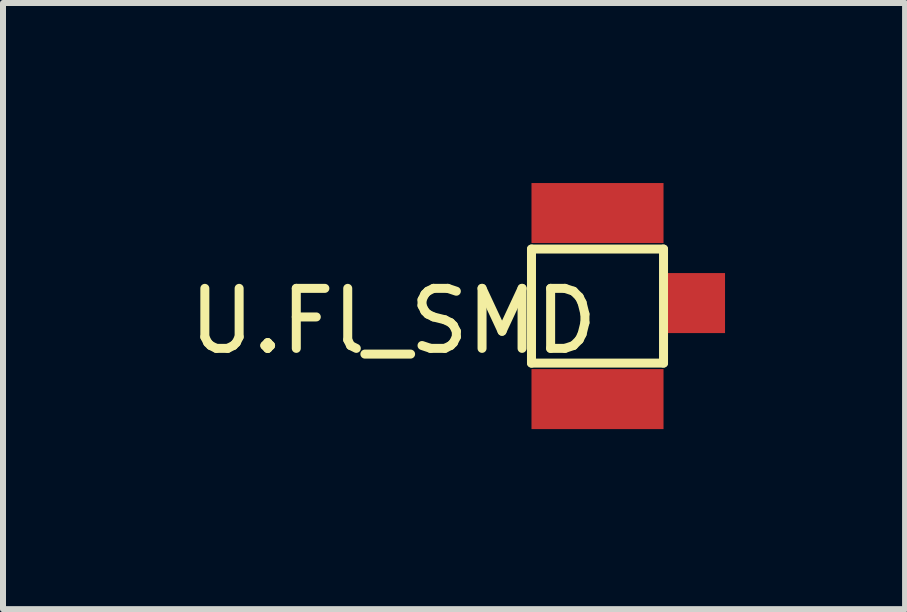
<source format=kicad_pcb>
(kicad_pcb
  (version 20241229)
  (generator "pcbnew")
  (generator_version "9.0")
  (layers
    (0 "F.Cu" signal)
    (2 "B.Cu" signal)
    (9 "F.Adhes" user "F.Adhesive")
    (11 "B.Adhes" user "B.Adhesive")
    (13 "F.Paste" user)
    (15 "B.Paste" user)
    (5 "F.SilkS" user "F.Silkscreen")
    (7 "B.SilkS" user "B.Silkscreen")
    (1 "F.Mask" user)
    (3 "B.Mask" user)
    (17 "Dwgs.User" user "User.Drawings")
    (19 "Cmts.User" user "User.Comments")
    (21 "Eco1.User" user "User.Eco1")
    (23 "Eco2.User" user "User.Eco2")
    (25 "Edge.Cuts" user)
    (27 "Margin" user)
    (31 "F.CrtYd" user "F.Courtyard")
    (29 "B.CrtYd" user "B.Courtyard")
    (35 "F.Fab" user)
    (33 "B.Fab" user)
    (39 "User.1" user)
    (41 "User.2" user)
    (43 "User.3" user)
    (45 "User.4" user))
  (footprint "U.Fl_SMD"
    (layer "F.Cu")
    (at 5.806 3)
    (property "Reference" "U.Fl_SMD" (at -2.3 -0.7 0) (layer "F.SilkS") (effects (font (size 1 1) (thickness 0.15))))
    (attr through_hole)
    (fp_line (start 0 -1.9) (end 0 0) (stroke (width 0.15) (type solid)) (layer "F.SilkS"))
    (fp_line (start 0 0) (end 2.2 0) (stroke (width 0.15) (type solid)) (layer "F.SilkS"))
    (fp_line (start 2.2 -1.9) (end 0 -1.9) (stroke (width 0.15) (type solid)) (layer "F.SilkS"))
    (fp_line (start 2.2 0) (end 2.2 -1.9) (stroke (width 0.15) (type solid)) (layer "F.SilkS"))
    (pad "1" smd rect (at 1.1 -2.5) (size 2.2 1) (layers "F.Cu" "F.Mask" "F.Paste"))
    (pad "1" smd rect (at 1.1 0.6) (size 2.2 1) (layers "F.Cu" "F.Mask" "F.Paste"))
    (pad "2" smd rect (at 2.7 -1) (size 1.05 1) (layers "F.Cu" "F.Mask" "F.Paste")))
  (gr_rect
    (start -3 -3)
    (end 12.031 7.1)
    (stroke (width 0.1) (type default))
    (fill no)
    (layer "Edge.Cuts")))
</source>
